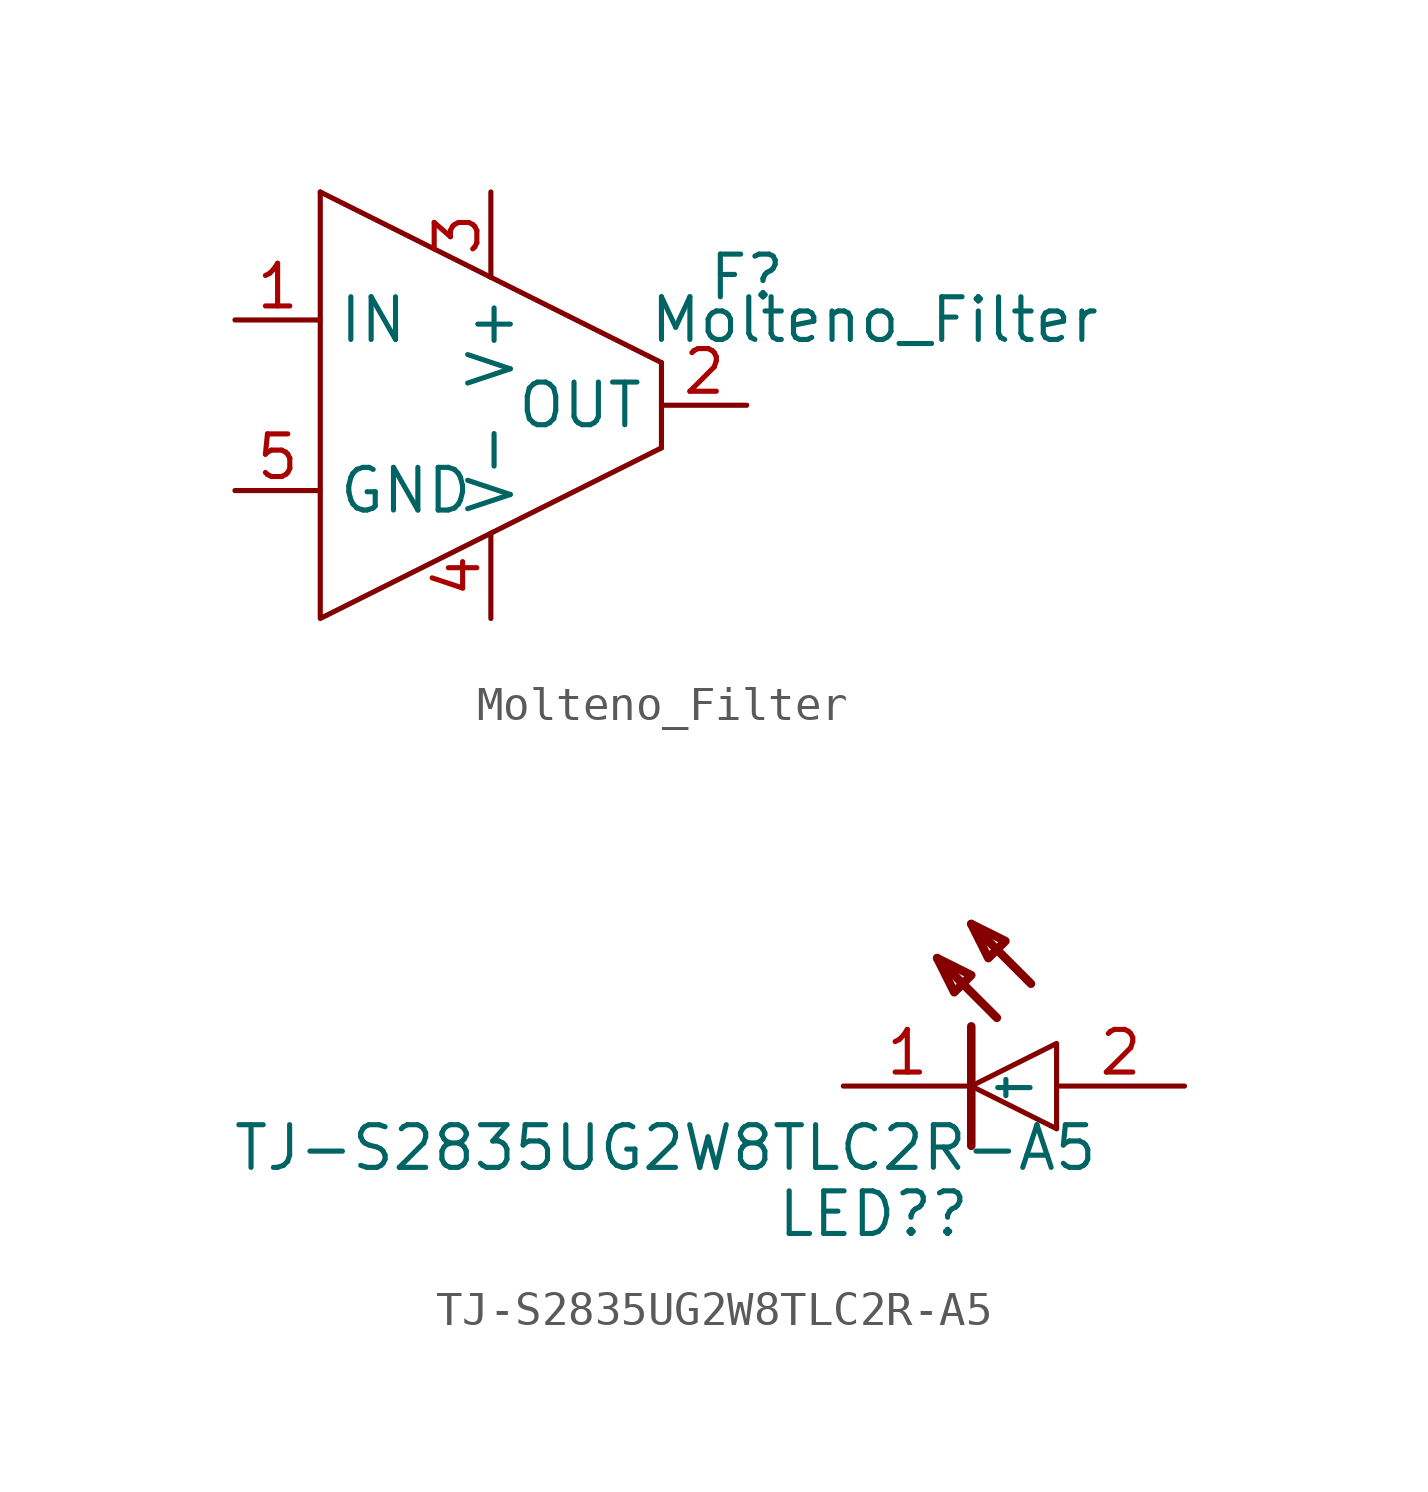
<source format=kicad_sym>
(kicad_symbol_lib
  (version 20211014)
  (generator kicad_symbol_editor)
  (symbol "Molteno_Filter"
    (property "Reference" "F"
      (at 7.62 3.81 0)
      (effects (font (size 1.27 1.27))))
    (property "Value" "Molteno_Filter"
      (at 11.43 2.54 0)
      (effects (font (size 1.27 1.27))))
    (symbol "Molteno_Filter_0_1"
      (polyline (pts (xy -5.08 6.35) (xy 5.08 1.27)) (stroke (width 0) (type default) (color 0 0 0 0)) (fill (type none)))
      (polyline (pts (xy 5.08 -1.27) (xy 5.08 1.27)) (stroke (width 0) (type default) (color 0 0 0 0)) (fill (type none)))
      (polyline (pts (xy -5.08 6.35) (xy -5.08 -6.35) (xy 5.08 -1.27)) (stroke (width 0) (type default) (color 0 0 0 0)) (fill (type none))))
    (symbol "Molteno_Filter_1_1"
      (pin input line (at -7.62 2.54 0) (length 2.54) (name "IN" (effects (font (size 1.27 1.27)))) (number "1" (effects (font (size 1.27 1.27)))))
      (pin output line (at 7.62 0 180) (length 2.54) (name "OUT" (effects (font (size 1.27 1.27)))) (number "2" (effects (font (size 1.27 1.27)))))
      (pin power_in line (at 0 6.35 270) (length 2.54) (name "V+" (effects (font (size 1.27 1.27)))) (number "3" (effects (font (size 1.27 1.27)))))
      (pin power_in line (at 0 -6.35 90) (length 2.54) (name "V-" (effects (font (size 1.27 1.27)))) (number "4" (effects (font (size 1.27 1.27)))))
      (pin passive line (at -7.62 -2.54 0) (length 2.54) (name "GND" (effects (font (size 1.27 1.27)))) (number "5" (effects (font (size 1.27 1.27)))))))
  (symbol "TJ-S2835UG2W8TLC2R-A5"
    (pin_names
      (offset 1.016))
    (property "Reference" "LED?"
      (at -1.27 -3.81 0)
      (effects (font (size 1.27 1.27)) (justify right)))
    (property "Value" "TJ-S2835UG2W8TLC2R-A5"
      (at 2.54 -1.841 0)
      (effects (font (size 1.27 1.27)) (justify right)))
    (symbol "TJ-S2835UG2W8TLC2R-A5_0_0"
      (polyline (pts (xy -1.27 1.778) (xy -1.27 -1.778)) (stroke (width 0.254) (type default) (color 0 0 0 0)) (fill (type none)))
      (polyline (pts (xy -0.508 2.032) (xy -2.286 3.81)) (stroke (width 0.254) (type default) (color 0 0 0 0)) (fill (type none)))
      (polyline (pts (xy 0.508 3.048) (xy -1.27 4.826)) (stroke (width 0.254) (type default) (color 0 0 0 0)) (fill (type none)))
      (polyline (pts (xy -2.286 3.81) (xy -1.778 2.794) (xy -1.27 3.302) (xy -2.286 3.81)) (stroke (width 0.254) (type default) (color 0 0 0 0)) (fill (type none)))
      (polyline (pts (xy -1.27 4.826) (xy -0.762 3.81) (xy -0.254 4.318) (xy -1.27 4.826)) (stroke (width 0.254) (type default) (color 0 0 0 0)) (fill (type none))))
    (symbol "TJ-S2835UG2W8TLC2R-A5_0_1"
      (polyline (pts (xy 1.27 -1.27) (xy -1.27 0)) (stroke (width 0) (type default) (color 0 0 0 0)) (fill (type none)))
      (polyline (pts (xy 1.27 -1.27) (xy 1.27 1.27) (xy -1.27 0)) (stroke (width 0) (type default) (color 0 0 0 0)) (fill (type none))))
    (symbol "TJ-S2835UG2W8TLC2R-A5_1_0"
      (pin unspecified line (at -5.08 0 0) (length 3.81) (name "-" (effects (font (size 0.635 0.635)))) (number "1" (effects (font (size 1.27 1.27)))))
      (pin unspecified line (at 5.08 0 180) (length 3.81) (name "+" (effects (font (size 0.635 0.635)))) (number "2" (effects (font (size 1.27 1.27))))))))
</source>
